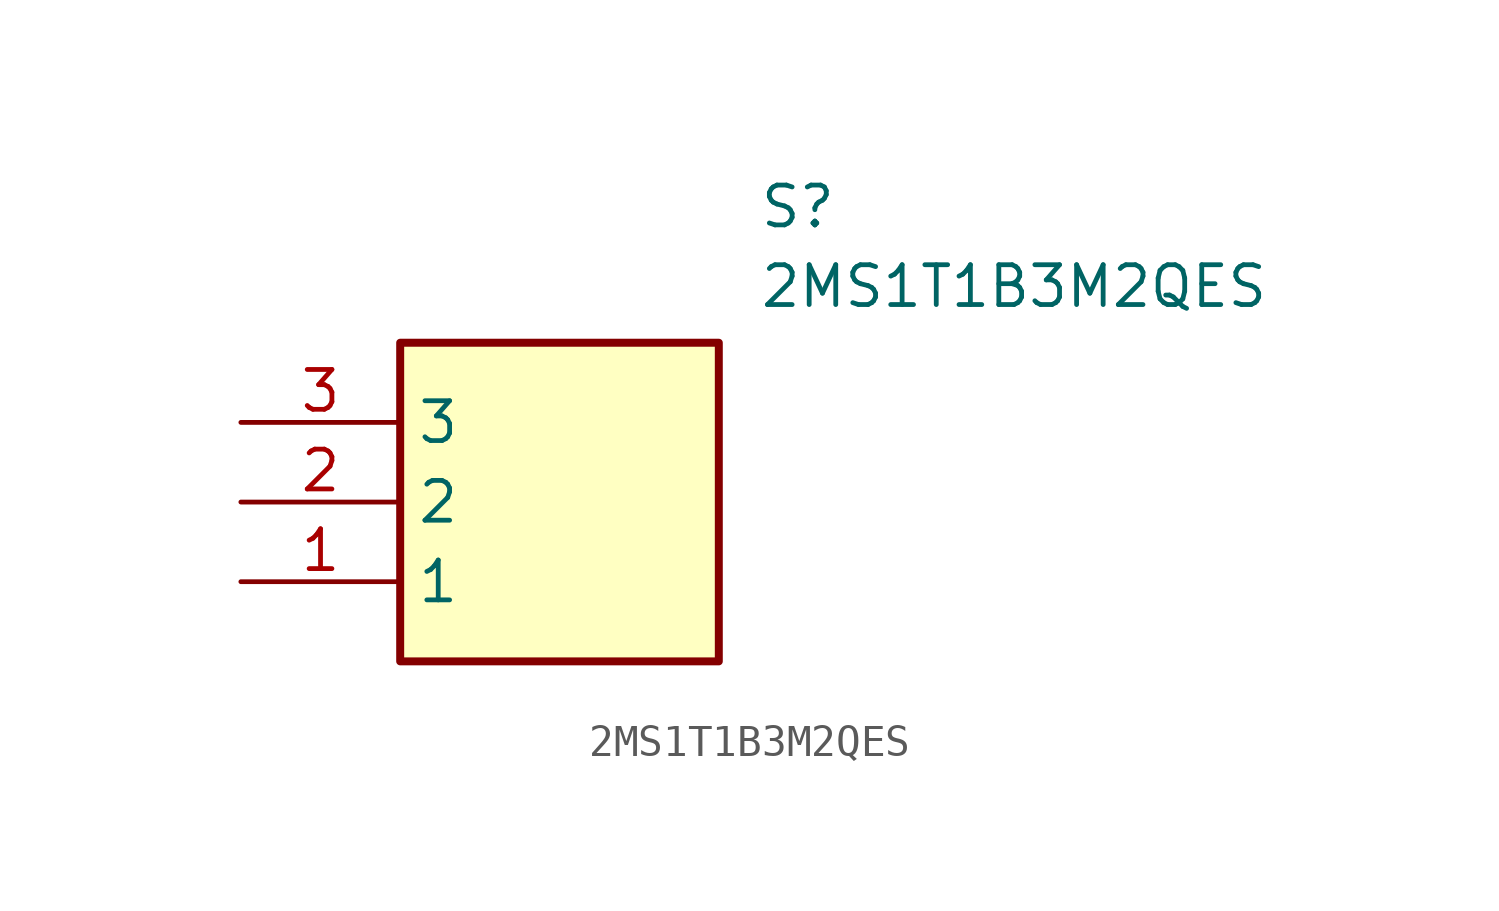
<source format=kicad_sym>
(kicad_symbol_lib
  (version 20211014)
  (generator SamacSys_ECAD_Model)
  (symbol "2MS1T1B3M2QES"
    (property "Reference" "S"
      (at 16.51 7.62 0)
      (effects (font (size 1.27 1.27)) (justify left top)))
    (property "Value" "2MS1T1B3M2QES"
      (at 16.51 5.08 0)
      (effects (font (size 1.27 1.27)) (justify left top)))
    (rectangle
      (start 5.08 2.54)
      (end 15.24 -7.62)
      (stroke (width 0.254) (type default))
      (fill (type background)))
    (pin passive line
      (at 0 -5.08 0)
      (length 5.08)
      (name "1" (effects (font (size 1.27 1.27))))
      (number "1" (effects (font (size 1.27 1.27)))))
    (pin passive line
      (at 0 -2.54 0)
      (length 5.08)
      (name "2" (effects (font (size 1.27 1.27))))
      (number "2" (effects (font (size 1.27 1.27)))))
    (pin passive line
      (at 0 0 0)
      (length 5.08)
      (name "3" (effects (font (size 1.27 1.27))))
      (number "3" (effects (font (size 1.27 1.27)))))))
</source>
